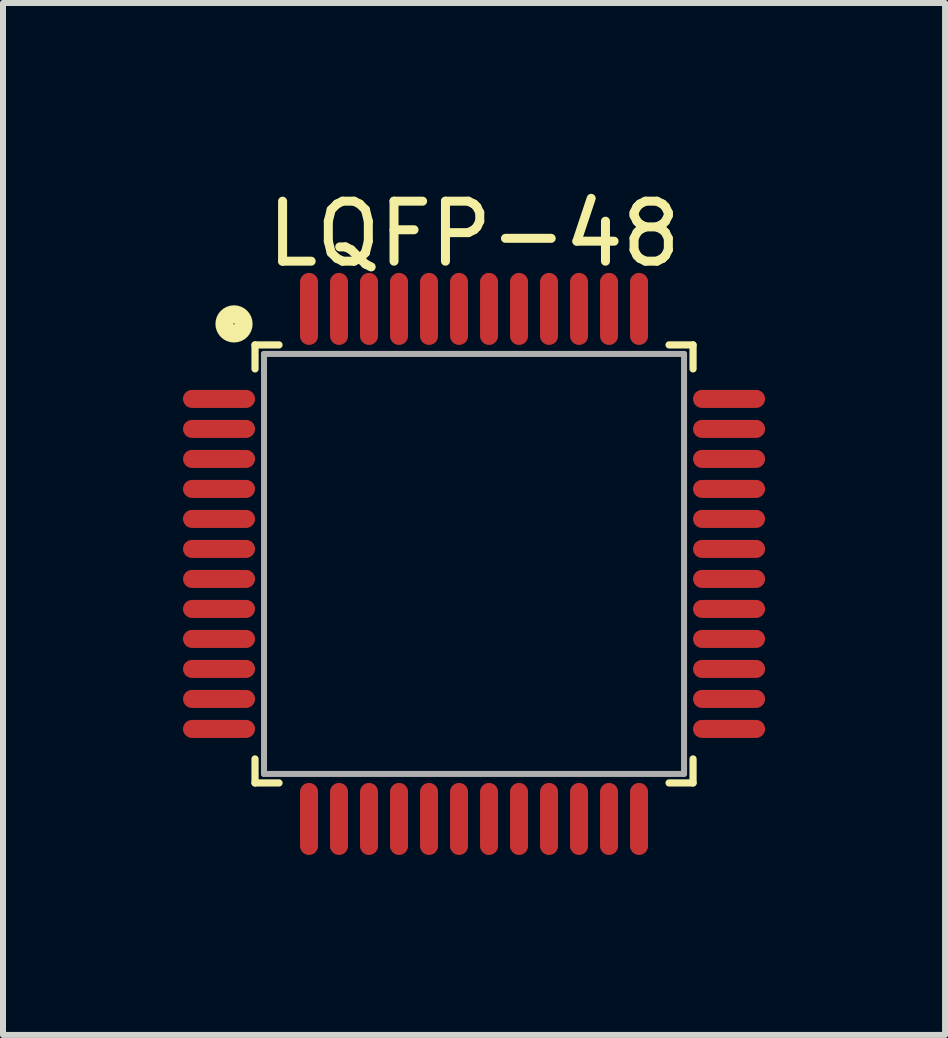
<source format=kicad_pcb>
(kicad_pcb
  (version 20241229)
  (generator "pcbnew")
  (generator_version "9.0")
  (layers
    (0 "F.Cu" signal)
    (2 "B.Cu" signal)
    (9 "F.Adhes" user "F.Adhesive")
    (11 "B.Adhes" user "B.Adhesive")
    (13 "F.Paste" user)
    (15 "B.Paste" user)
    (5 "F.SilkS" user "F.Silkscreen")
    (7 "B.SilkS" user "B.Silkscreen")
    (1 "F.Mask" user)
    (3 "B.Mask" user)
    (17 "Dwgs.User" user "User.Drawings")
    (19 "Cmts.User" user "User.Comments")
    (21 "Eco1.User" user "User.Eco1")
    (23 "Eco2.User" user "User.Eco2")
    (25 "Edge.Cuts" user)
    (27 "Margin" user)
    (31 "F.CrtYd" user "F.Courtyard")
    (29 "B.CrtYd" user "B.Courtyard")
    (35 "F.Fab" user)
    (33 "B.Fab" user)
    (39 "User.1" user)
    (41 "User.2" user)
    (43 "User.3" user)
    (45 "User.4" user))
  (footprint "LQFP-48"
    (layer "F.Cu")
    (at 4.85 6.348)
    (property "Reference" "LQFP-48" (at 0 -5.5 0) (layer "F.SilkS") (effects (font (size 1 1) (thickness 0.15))))
    (attr smd)
    (fp_line (start -3.65 -3.65) (end -3.65 -3.25) (stroke (width 0.12) (type solid)) (layer "F.SilkS"))
    (fp_line (start -3.65 3.65) (end -3.65 3.25) (stroke (width 0.12) (type solid)) (layer "F.SilkS"))
    (fp_line (start -3.25 -3.65) (end -3.65 -3.65) (stroke (width 0.12) (type solid)) (layer "F.SilkS"))
    (fp_line (start -3.25 3.65) (end -3.65 3.65) (stroke (width 0.12) (type solid)) (layer "F.SilkS"))
    (fp_line (start 3.25 -3.65) (end 3.65 -3.65) (stroke (width 0.12) (type solid)) (layer "F.SilkS"))
    (fp_line (start 3.25 3.65) (end 3.65 3.65) (stroke (width 0.12) (type solid)) (layer "F.SilkS"))
    (fp_line (start 3.65 -3.65) (end 3.65 -3.25) (stroke (width 0.12) (type solid)) (layer "F.SilkS"))
    (fp_line (start 3.65 3.65) (end 3.65 3.25) (stroke (width 0.12) (type solid)) (layer "F.SilkS"))
    (fp_circle (center -4 -4) (end -3.84 -4) (stroke (width 0.3) (type solid)) (fill no) (layer "F.SilkS"))
    (fp_line (start -3.5 -3.5) (end -3.5 3.5) (stroke (width 0.1) (type solid)) (layer "F.Fab"))
    (fp_line (start -3.5 3.5) (end 3.5 3.5) (stroke (width 0.1) (type solid)) (layer "F.Fab"))
    (fp_line (start 3.5 -3.5) (end -3.5 -3.5) (stroke (width 0.1) (type solid)) (layer "F.Fab"))
    (fp_line (start 3.5 3.5) (end 3.5 -3.5) (stroke (width 0.1) (type solid)) (layer "F.Fab"))
    (pad "1" smd oval (at -4.25 -2.75 90) (size 0.3 1.2) (layers "F.Cu" "F.Mask" "F.Paste"))
    (pad "2" smd oval (at -4.25 -2.25 90) (size 0.3 1.2) (layers "F.Cu" "F.Mask" "F.Paste"))
    (pad "3" smd oval (at -4.25 -1.75 90) (size 0.3 1.2) (layers "F.Cu" "F.Mask" "F.Paste"))
    (pad "4" smd oval (at -4.25 -1.25 90) (size 0.3 1.2) (layers "F.Cu" "F.Mask" "F.Paste"))
    (pad "5" smd oval (at -4.25 -0.75 90) (size 0.3 1.2) (layers "F.Cu" "F.Mask" "F.Paste"))
    (pad "6" smd oval (at -4.25 -0.25 90) (size 0.3 1.2) (layers "F.Cu" "F.Mask" "F.Paste"))
    (pad "7" smd oval (at -4.25 0.25 90) (size 0.3 1.2) (layers "F.Cu" "F.Mask" "F.Paste"))
    (pad "8" smd oval (at -4.25 0.75 90) (size 0.3 1.2) (layers "F.Cu" "F.Mask" "F.Paste"))
    (pad "9" smd oval (at -4.25 1.25 90) (size 0.3 1.2) (layers "F.Cu" "F.Mask" "F.Paste"))
    (pad "10" smd oval (at -4.25 1.75 90) (size 0.3 1.2) (layers "F.Cu" "F.Mask" "F.Paste"))
    (pad "11" smd oval (at -4.25 2.25 90) (size 0.3 1.2) (layers "F.Cu" "F.Mask" "F.Paste"))
    (pad "12" smd oval (at -4.25 2.75 90) (size 0.3 1.2) (layers "F.Cu" "F.Mask" "F.Paste"))
    (pad "13" smd oval (at -2.75 4.25) (size 0.3 1.2) (layers "F.Cu" "F.Mask" "F.Paste"))
    (pad "14" smd oval (at -2.25 4.25) (size 0.3 1.2) (layers "F.Cu" "F.Mask" "F.Paste"))
    (pad "15" smd oval (at -1.75 4.25) (size 0.3 1.2) (layers "F.Cu" "F.Mask" "F.Paste"))
    (pad "16" smd oval (at -1.25 4.25) (size 0.3 1.2) (layers "F.Cu" "F.Mask" "F.Paste"))
    (pad "17" smd oval (at -0.75 4.25) (size 0.3 1.2) (layers "F.Cu" "F.Mask" "F.Paste"))
    (pad "18" smd oval (at -0.25 4.25) (size 0.3 1.2) (layers "F.Cu" "F.Mask" "F.Paste"))
    (pad "19" smd oval (at 0.25 4.25) (size 0.3 1.2) (layers "F.Cu" "F.Mask" "F.Paste"))
    (pad "20" smd oval (at 0.75 4.25) (size 0.3 1.2) (layers "F.Cu" "F.Mask" "F.Paste"))
    (pad "21" smd oval (at 1.25 4.25) (size 0.3 1.2) (layers "F.Cu" "F.Mask" "F.Paste"))
    (pad "22" smd oval (at 1.75 4.25) (size 0.3 1.2) (layers "F.Cu" "F.Mask" "F.Paste"))
    (pad "23" smd oval (at 2.25 4.25) (size 0.3 1.2) (layers "F.Cu" "F.Mask" "F.Paste"))
    (pad "24" smd oval (at 2.75 4.25) (size 0.3 1.2) (layers "F.Cu" "F.Mask" "F.Paste"))
    (pad "25" smd oval (at 4.25 2.75 90) (size 0.3 1.2) (layers "F.Cu" "F.Mask" "F.Paste"))
    (pad "26" smd oval (at 4.25 2.25 90) (size 0.3 1.2) (layers "F.Cu" "F.Mask" "F.Paste"))
    (pad "27" smd oval (at 4.25 1.75 90) (size 0.3 1.2) (layers "F.Cu" "F.Mask" "F.Paste"))
    (pad "28" smd oval (at 4.25 1.25 90) (size 0.3 1.2) (layers "F.Cu" "F.Mask" "F.Paste"))
    (pad "29" smd oval (at 4.25 0.75 90) (size 0.3 1.2) (layers "F.Cu" "F.Mask" "F.Paste"))
    (pad "30" smd oval (at 4.25 0.25 90) (size 0.3 1.2) (layers "F.Cu" "F.Mask" "F.Paste"))
    (pad "31" smd oval (at 4.25 -0.25 90) (size 0.3 1.2) (layers "F.Cu" "F.Mask" "F.Paste"))
    (pad "32" smd oval (at 4.25 -0.75 90) (size 0.3 1.2) (layers "F.Cu" "F.Mask" "F.Paste"))
    (pad "33" smd oval (at 4.25 -1.25 90) (size 0.3 1.2) (layers "F.Cu" "F.Mask" "F.Paste"))
    (pad "34" smd oval (at 4.25 -1.75 90) (size 0.3 1.2) (layers "F.Cu" "F.Mask" "F.Paste"))
    (pad "35" smd oval (at 4.25 -2.25 90) (size 0.3 1.2) (layers "F.Cu" "F.Mask" "F.Paste"))
    (pad "36" smd oval (at 4.25 -2.75 90) (size 0.3 1.2) (layers "F.Cu" "F.Mask" "F.Paste"))
    (pad "37" smd oval (at 2.75 -4.25) (size 0.3 1.2) (layers "F.Cu" "F.Mask" "F.Paste"))
    (pad "38" smd oval (at 2.25 -4.25) (size 0.3 1.2) (layers "F.Cu" "F.Mask" "F.Paste"))
    (pad "39" smd oval (at 1.75 -4.25) (size 0.3 1.2) (layers "F.Cu" "F.Mask" "F.Paste"))
    (pad "40" smd oval (at 1.25 -4.25) (size 0.3 1.2) (layers "F.Cu" "F.Mask" "F.Paste"))
    (pad "41" smd oval (at 0.75 -4.25) (size 0.3 1.2) (layers "F.Cu" "F.Mask" "F.Paste"))
    (pad "42" smd oval (at 0.25 -4.25) (size 0.3 1.2) (layers "F.Cu" "F.Mask" "F.Paste"))
    (pad "43" smd oval (at -0.25 -4.25) (size 0.3 1.2) (layers "F.Cu" "F.Mask" "F.Paste"))
    (pad "44" smd oval (at -0.75 -4.25) (size 0.3 1.2) (layers "F.Cu" "F.Mask" "F.Paste"))
    (pad "45" smd oval (at -1.25 -4.25) (size 0.3 1.2) (layers "F.Cu" "F.Mask" "F.Paste"))
    (pad "46" smd oval (at -1.75 -4.25) (size 0.3 1.2) (layers "F.Cu" "F.Mask" "F.Paste"))
    (pad "47" smd oval (at -2.25 -4.25) (size 0.3 1.2) (layers "F.Cu" "F.Mask" "F.Paste"))
    (pad "48" smd oval (at -2.75 -4.25) (size 0.3 1.2) (layers "F.Cu" "F.Mask" "F.Paste")))
  (gr_rect
    (start -3 -3)
    (end 12.7 14.198)
    (stroke (width 0.1) (type default))
    (fill no)
    (layer "Edge.Cuts")))
</source>
